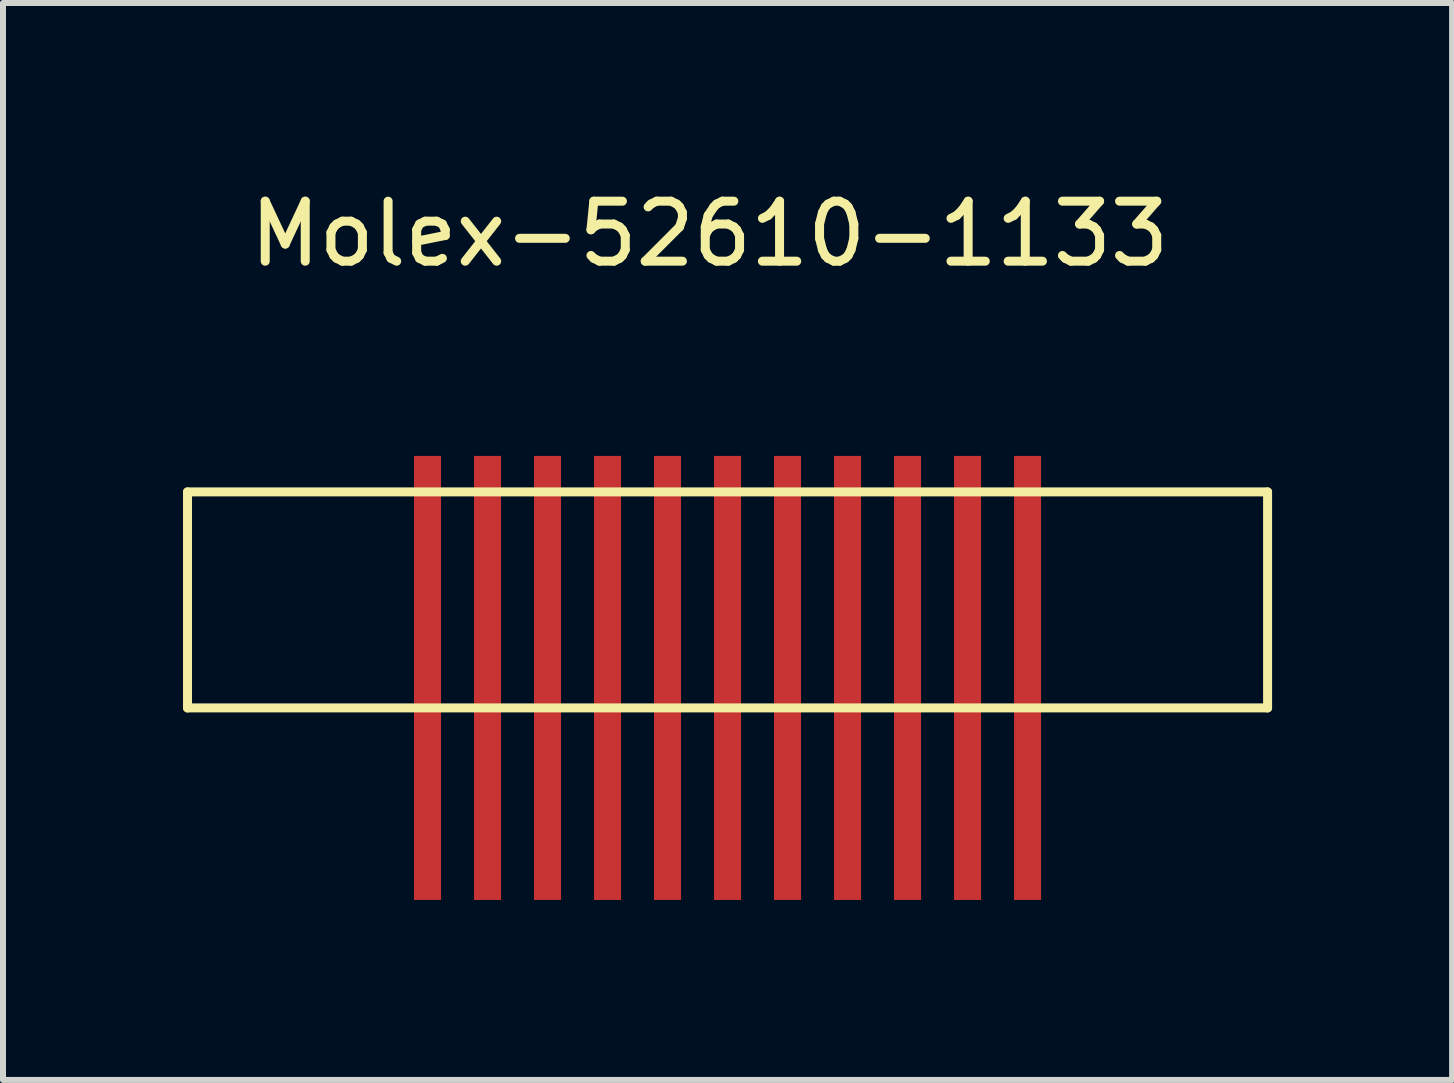
<source format=kicad_pcb>
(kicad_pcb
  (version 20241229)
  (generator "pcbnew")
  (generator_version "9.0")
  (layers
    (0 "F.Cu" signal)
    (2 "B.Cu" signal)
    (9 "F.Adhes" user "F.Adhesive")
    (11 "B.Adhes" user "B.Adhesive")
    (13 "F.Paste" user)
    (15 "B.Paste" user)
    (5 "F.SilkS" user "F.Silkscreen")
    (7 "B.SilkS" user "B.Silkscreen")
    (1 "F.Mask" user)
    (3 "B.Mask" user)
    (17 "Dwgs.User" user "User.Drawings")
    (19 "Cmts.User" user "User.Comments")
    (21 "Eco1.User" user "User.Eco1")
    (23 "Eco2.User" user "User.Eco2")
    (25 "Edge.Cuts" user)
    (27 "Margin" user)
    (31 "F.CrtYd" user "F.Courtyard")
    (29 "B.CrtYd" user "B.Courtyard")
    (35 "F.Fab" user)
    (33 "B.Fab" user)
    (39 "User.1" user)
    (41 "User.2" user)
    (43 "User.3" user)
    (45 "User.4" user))
  (footprint "Molex-52610-1133"
    (layer "F.Cu")
    (at 4.075 1.948)
    (property "Reference" "Molex-52610-1133" (at 4.7 -1.1 0) (layer "F.SilkS") (effects (font (size 1 1) (thickness 0.15))))
    (attr through_hole)
    (fp_line (start -4 3.2) (end -4 6.8) (stroke (width 0.15) (type solid)) (layer "F.SilkS"))
    (fp_line (start -4 6.8) (end 14 6.8) (stroke (width 0.15) (type solid)) (layer "F.SilkS"))
    (fp_line (start 14 3.2) (end -4 3.2) (stroke (width 0.15) (type solid)) (layer "F.SilkS"))
    (fp_line (start 14 6.8) (end 14 3.2) (stroke (width 0.15) (type solid)) (layer "F.SilkS"))
    (pad "1" smd rect (at 10 6.3) (size 0.45 7.4) (layers "F.Cu" "F.Mask" "F.Paste"))
    (pad "2" smd rect (at 9 6.3) (size 0.45 7.4) (layers "F.Cu" "F.Mask" "F.Paste"))
    (pad "3" smd rect (at 8 6.3) (size 0.45 7.4) (layers "F.Cu" "F.Mask" "F.Paste"))
    (pad "4" smd rect (at 7 6.3) (size 0.45 7.4) (layers "F.Cu" "F.Mask" "F.Paste"))
    (pad "5" smd rect (at 6 6.3) (size 0.45 7.4) (layers "F.Cu" "F.Mask" "F.Paste"))
    (pad "6" smd rect (at 5 6.3) (size 0.45 7.4) (layers "F.Cu" "F.Mask" "F.Paste"))
    (pad "7" smd rect (at 4 6.3) (size 0.45 7.4) (layers "F.Cu" "F.Mask" "F.Paste"))
    (pad "8" smd rect (at 3 6.3) (size 0.45 7.4) (layers "F.Cu" "F.Mask" "F.Paste"))
    (pad "9" smd rect (at 2 6.3) (size 0.45 7.4) (layers "F.Cu" "F.Mask" "F.Paste"))
    (pad "10" smd rect (at 1 6.3) (size 0.45 7.4) (layers "F.Cu" "F.Mask" "F.Paste"))
    (pad "11" smd rect (at 0 6.3) (size 0.45 7.4) (layers "F.Cu" "F.Mask" "F.Paste")))
  (gr_rect
    (start -3 -3)
    (end 21.15 14.948)
    (stroke (width 0.1) (type default))
    (fill no)
    (layer "Edge.Cuts")))
</source>
